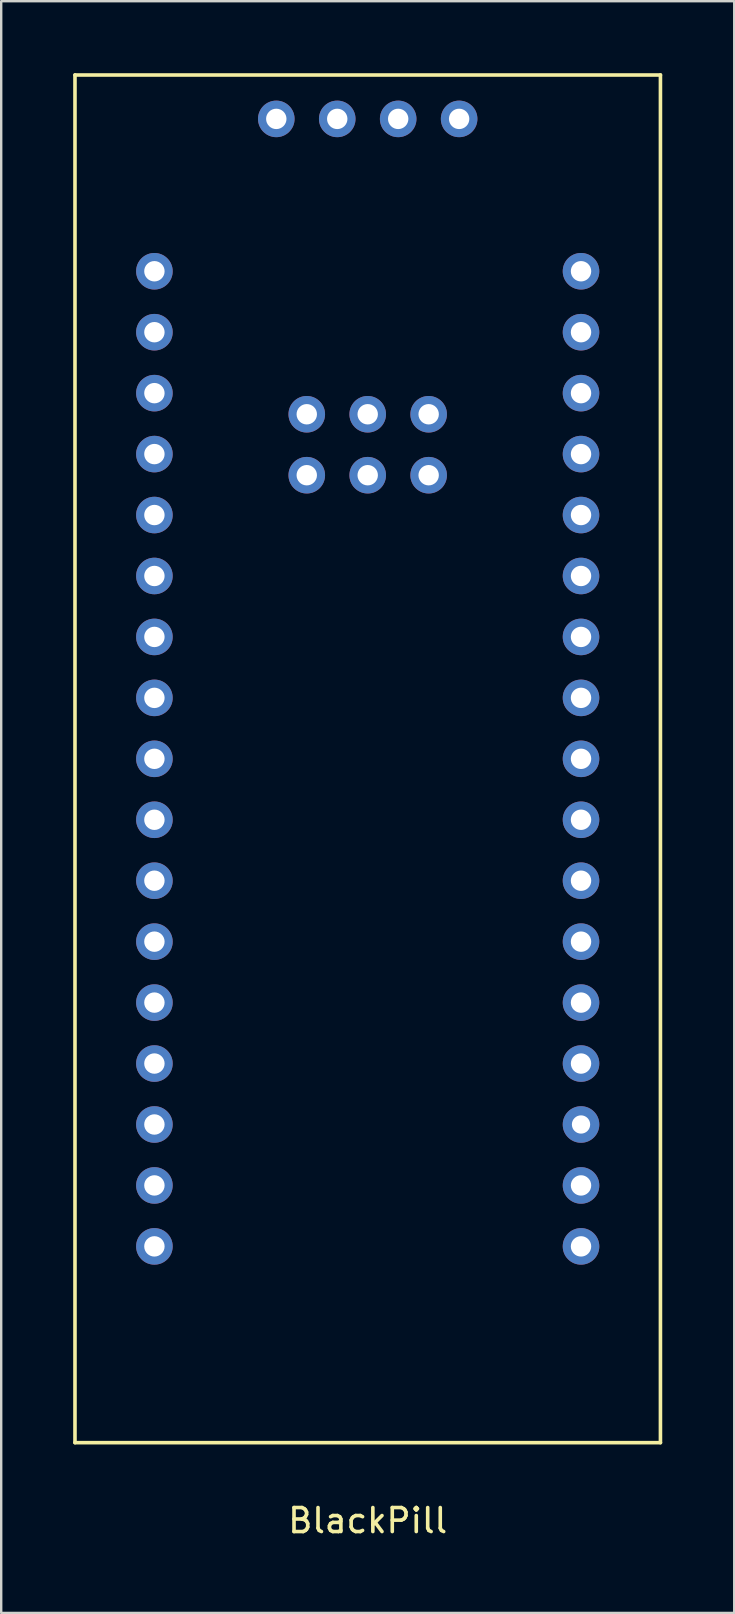
<source format=kicad_pcb>
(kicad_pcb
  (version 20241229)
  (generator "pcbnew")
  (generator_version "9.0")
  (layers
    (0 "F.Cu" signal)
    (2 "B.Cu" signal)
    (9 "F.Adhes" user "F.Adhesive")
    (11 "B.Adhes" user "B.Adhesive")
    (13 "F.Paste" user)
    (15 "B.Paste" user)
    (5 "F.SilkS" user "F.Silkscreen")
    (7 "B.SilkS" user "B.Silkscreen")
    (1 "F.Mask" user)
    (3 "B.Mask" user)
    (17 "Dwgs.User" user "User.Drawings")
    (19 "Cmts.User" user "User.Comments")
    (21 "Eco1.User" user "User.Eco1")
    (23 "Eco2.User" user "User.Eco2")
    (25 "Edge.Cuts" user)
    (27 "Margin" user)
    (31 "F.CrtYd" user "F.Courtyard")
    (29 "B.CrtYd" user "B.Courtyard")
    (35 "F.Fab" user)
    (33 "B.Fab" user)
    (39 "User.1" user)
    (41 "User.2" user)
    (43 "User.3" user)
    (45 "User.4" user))
  (footprint "BlackPill"
    (layer "F.Cu")
    (at 12.275 28.575)
    (property "Reference" "BlackPill" (at 0 31.75 0) (layer "F.SilkS") (effects (font (size 1 1) (thickness 0.15))))
    (attr through_hole)
    (fp_line (start -12.2 -28.5) (end -12.2 28.5) (stroke (width 0.15) (type solid)) (layer "F.SilkS"))
    (fp_line (start -12.2 -28.5) (end 12.2 -28.5) (stroke (width 0.15) (type solid)) (layer "F.SilkS"))
    (fp_line (start -12.2 28.5) (end 12.2 28.5) (stroke (width 0.15) (type solid)) (layer "F.SilkS"))
    (fp_line (start 12.2 -28.5) (end 12.2 28.5) (stroke (width 0.15) (type solid)) (layer "F.SilkS"))
    (pad "1" thru_hole circle (at -8.89 -20.32) (size 1.524 1.524) (drill 0.85) (layers "*.Cu" "*.Mask"))
    (pad "2" thru_hole circle (at -8.89 -17.78) (size 1.524 1.524) (drill 0.85) (layers "*.Cu" "*.Mask"))
    (pad "3" thru_hole circle (at -8.89 -15.24) (size 1.524 1.524) (drill 0.85) (layers "*.Cu" "*.Mask"))
    (pad "4" thru_hole circle (at -8.89 -12.7) (size 1.524 1.524) (drill 0.85) (layers "*.Cu" "*.Mask"))
    (pad "5" thru_hole circle (at -8.89 -10.16) (size 1.524 1.524) (drill 0.85) (layers "*.Cu" "*.Mask"))
    (pad "6" thru_hole circle (at -8.89 -7.62) (size 1.524 1.524) (drill 0.85) (layers "*.Cu" "*.Mask"))
    (pad "7" thru_hole circle (at -8.89 -5.08) (size 1.524 1.524) (drill 0.85) (layers "*.Cu" "*.Mask"))
    (pad "8" thru_hole circle (at -8.89 -2.54) (size 1.524 1.524) (drill 0.85) (layers "*.Cu" "*.Mask"))
    (pad "9" thru_hole circle (at -8.89 0) (size 1.524 1.524) (drill 0.85) (layers "*.Cu" "*.Mask"))
    (pad "10" thru_hole circle (at -8.89 2.54) (size 1.524 1.524) (drill 0.85) (layers "*.Cu" "*.Mask"))
    (pad "11" thru_hole circle (at -8.89 5.08) (size 1.524 1.524) (drill 0.85) (layers "*.Cu" "*.Mask"))
    (pad "12" thru_hole circle (at -8.89 7.62) (size 1.524 1.524) (drill 0.85) (layers "*.Cu" "*.Mask"))
    (pad "13" thru_hole circle (at -8.89 10.16) (size 1.524 1.524) (drill 0.85) (layers "*.Cu" "*.Mask"))
    (pad "14" thru_hole circle (at -8.89 12.7) (size 1.524 1.524) (drill 0.85) (layers "*.Cu" "*.Mask"))
    (pad "15" thru_hole circle (at -8.89 15.24) (size 1.524 1.524) (drill 0.85) (layers "*.Cu" "*.Mask"))
    (pad "16" thru_hole circle (at -8.89 17.78) (size 1.524 1.524) (drill 0.85) (layers "*.Cu" "*.Mask"))
    (pad "17" thru_hole circle (at -8.89 20.32) (size 1.524 1.524) (drill 0.85) (layers "*.Cu" "*.Mask"))
    (pad "18" thru_hole circle (at 8.89 20.32) (size 1.524 1.524) (drill 0.85) (layers "*.Cu" "*.Mask"))
    (pad "19" thru_hole circle (at 8.89 17.78) (size 1.524 1.524) (drill 0.85) (layers "*.Cu" "*.Mask"))
    (pad "20" thru_hole circle (at 8.89 15.24) (size 1.524 1.524) (drill 0.762) (layers "*.Cu" "*.Mask"))
    (pad "21" thru_hole circle (at 8.89 12.7) (size 1.524 1.524) (drill 0.85) (layers "*.Cu" "*.Mask"))
    (pad "22" thru_hole circle (at 8.89 10.16) (size 1.524 1.524) (drill 0.85) (layers "*.Cu" "*.Mask"))
    (pad "23" thru_hole circle (at 8.89 7.62) (size 1.524 1.524) (drill 0.85) (layers "*.Cu" "*.Mask"))
    (pad "24" thru_hole circle (at 8.89 5.08) (size 1.524 1.524) (drill 0.85) (layers "*.Cu" "*.Mask"))
    (pad "25" thru_hole circle (at 8.89 2.54) (size 1.524 1.524) (drill 0.85) (layers "*.Cu" "*.Mask"))
    (pad "26" thru_hole circle (at 8.89 0) (size 1.524 1.524) (drill 0.85) (layers "*.Cu" "*.Mask"))
    (pad "27" thru_hole circle (at 8.89 -2.54) (size 1.524 1.524) (drill 0.85) (layers "*.Cu" "*.Mask"))
    (pad "28" thru_hole circle (at 8.89 -5.08) (size 1.524 1.524) (drill 0.85) (layers "*.Cu" "*.Mask"))
    (pad "29" thru_hole circle (at 8.89 -7.62) (size 1.524 1.524) (drill 0.85) (layers "*.Cu" "*.Mask"))
    (pad "30" thru_hole circle (at 8.89 -10.16) (size 1.524 1.524) (drill 0.85) (layers "*.Cu" "*.Mask"))
    (pad "31" thru_hole circle (at 8.89 -12.7) (size 1.524 1.524) (drill 0.85) (layers "*.Cu" "*.Mask"))
    (pad "32" thru_hole circle (at 8.89 -15.24) (size 1.524 1.524) (drill 0.85) (layers "*.Cu" "*.Mask"))
    (pad "33" thru_hole circle (at 8.89 -17.78) (size 1.524 1.524) (drill 0.85) (layers "*.Cu" "*.Mask"))
    (pad "34" thru_hole circle (at 8.89 -20.32) (size 1.524 1.524) (drill 0.85) (layers "*.Cu" "*.Mask"))
    (pad "35" thru_hole circle (at -3.81 -26.67) (size 1.524 1.524) (drill 0.85) (layers "*.Cu" "*.Mask"))
    (pad "36" thru_hole circle (at -1.27 -26.67) (size 1.524 1.524) (drill 0.85) (layers "*.Cu" "*.Mask"))
    (pad "37" thru_hole circle (at 1.27 -26.67) (size 1.524 1.524) (drill 0.85) (layers "*.Cu" "*.Mask"))
    (pad "38" thru_hole circle (at 3.81 -26.67) (size 1.524 1.524) (drill 0.85) (layers "*.Cu" "*.Mask"))
    (pad "39" thru_hole circle (at -2.54 -14.36) (size 1.524 1.524) (drill 0.85) (layers "*.Cu" "*.Mask"))
    (pad "40" thru_hole circle (at 0 -14.36) (size 1.524 1.524) (drill 0.85) (layers "*.Cu" "*.Mask"))
    (pad "41" thru_hole circle (at 2.54 -14.36) (size 1.524 1.524) (drill 0.85) (layers "*.Cu" "*.Mask"))
    (pad "42" thru_hole circle (at -2.54 -11.82) (size 1.524 1.524) (drill 0.85) (layers "*.Cu" "*.Mask"))
    (pad "43" thru_hole circle (at 0 -11.82) (size 1.524 1.524) (drill 0.85) (layers "*.Cu" "*.Mask"))
    (pad "44" thru_hole circle (at 2.54 -11.82) (size 1.524 1.524) (drill 0.85) (layers "*.Cu" "*.Mask")))
  (gr_rect
    (start -3 -3)
    (end 27.55 64.173)
    (stroke (width 0.1) (type default))
    (fill no)
    (layer "Edge.Cuts")))
</source>
